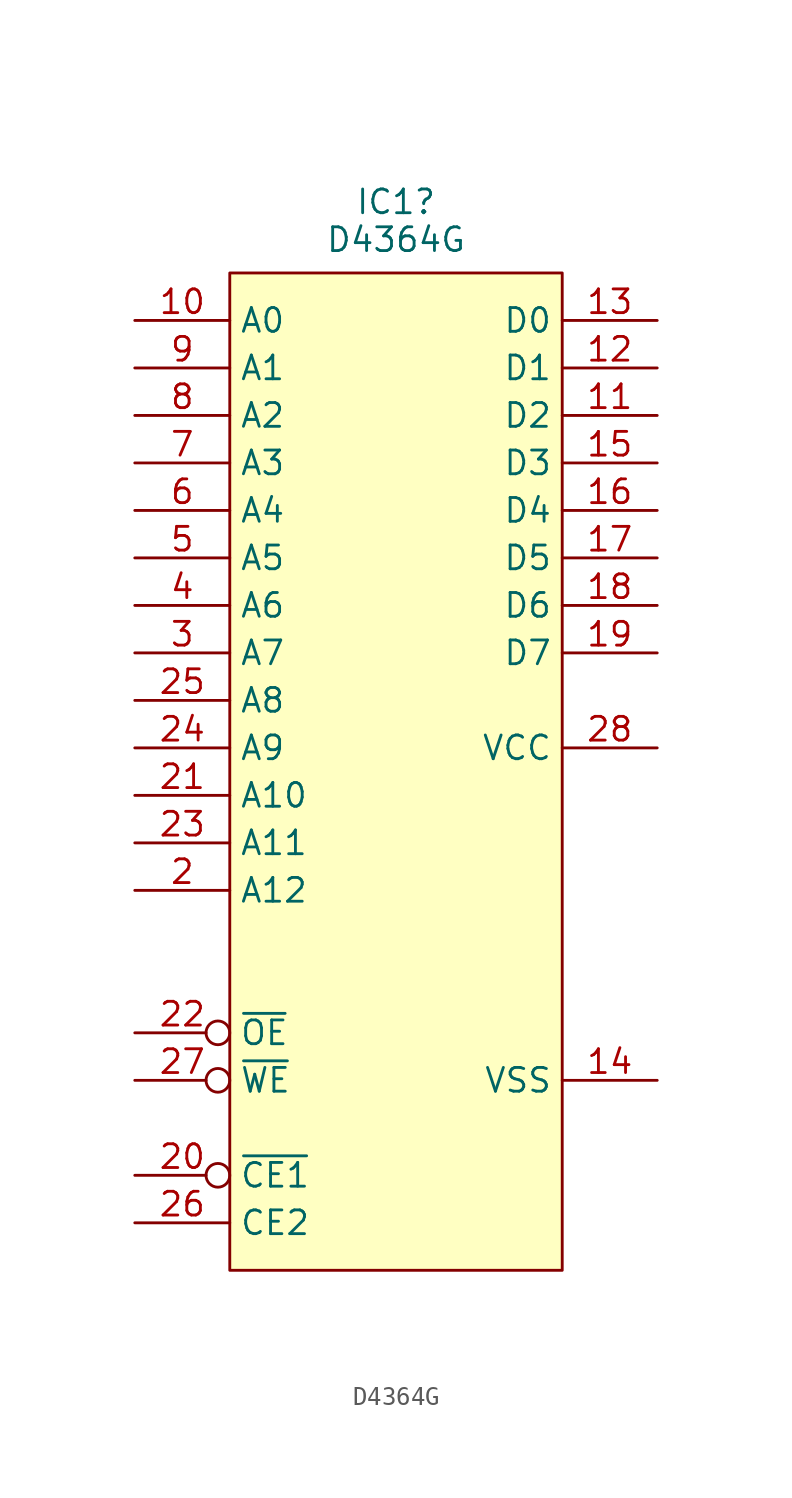
<source format=kicad_sym>
(kicad_symbol_lib
  (version 20231120)
  (generator "kicad_symbol_editor")
  (generator_version "8.0")
  (symbol "D4364G"
    (property "Reference" "IC1"
      (at 0 6.341 0)
      (effects (font (size 1.27 1.27))))
    (property "Value" "D4364G"
      (at 0 4.318 0)
      (effects (font (size 1.27 1.27))))
    (symbol "D4364G_1_1"
      (rectangle (start -8.89 2.54) (end 8.89 -50.8) (stroke (width 0) (type default)) (fill (type background)))
      (pin no_connect line (at 13.97 -48.26 180) (length 5.08) hide (name "N/C" (effects (font (size 1.27 1.27)))) (number "1" (effects (font (size 1.27 1.27)))))
      (pin input line (at -13.97 0 0) (length 5.08) (name "A0" (effects (font (size 1.27 1.27)))) (number "10" (effects (font (size 1.27 1.27)))))
      (pin bidirectional line (at 13.97 -5.08 180) (length 5.08) (name "D2" (effects (font (size 1.27 1.27)))) (number "11" (effects (font (size 1.27 1.27)))))
      (pin bidirectional line (at 13.97 -2.54 180) (length 5.08) (name "D1" (effects (font (size 1.27 1.27)))) (number "12" (effects (font (size 1.27 1.27)))))
      (pin bidirectional line (at 13.97 0 180) (length 5.08) (name "D0" (effects (font (size 1.27 1.27)))) (number "13" (effects (font (size 1.27 1.27)))))
      (pin power_in line (at 13.97 -40.64 180) (length 5.08) (name "VSS" (effects (font (size 1.27 1.27)))) (number "14" (effects (font (size 1.27 1.27)))))
      (pin bidirectional line (at 13.97 -7.62 180) (length 5.08) (name "D3" (effects (font (size 1.27 1.27)))) (number "15" (effects (font (size 1.27 1.27)))))
      (pin bidirectional line (at 13.97 -10.16 180) (length 5.08) (name "D4" (effects (font (size 1.27 1.27)))) (number "16" (effects (font (size 1.27 1.27)))))
      (pin bidirectional line (at 13.97 -12.7 180) (length 5.08) (name "D5" (effects (font (size 1.27 1.27)))) (number "17" (effects (font (size 1.27 1.27)))))
      (pin bidirectional line (at 13.97 -15.24 180) (length 5.08) (name "D6" (effects (font (size 1.27 1.27)))) (number "18" (effects (font (size 1.27 1.27)))))
      (pin bidirectional line (at 13.97 -17.78 180) (length 5.08) (name "D7" (effects (font (size 1.27 1.27)))) (number "19" (effects (font (size 1.27 1.27)))))
      (pin input line (at -13.97 -30.48 0) (length 5.08) (name "A12" (effects (font (size 1.27 1.27)))) (number "2" (effects (font (size 1.27 1.27)))))
      (pin input inverted (at -13.97 -45.72 0) (length 5.08) (name "~{CE1}" (effects (font (size 1.27 1.27)))) (number "20" (effects (font (size 1.27 1.27)))))
      (pin input line (at -13.97 -25.4 0) (length 5.08) (name "A10" (effects (font (size 1.27 1.27)))) (number "21" (effects (font (size 1.27 1.27)))))
      (pin input inverted (at -13.97 -38.1 0) (length 5.08) (name "~{OE}" (effects (font (size 1.27 1.27)))) (number "22" (effects (font (size 1.27 1.27)))))
      (pin input line (at -13.97 -27.94 0) (length 5.08) (name "A11" (effects (font (size 1.27 1.27)))) (number "23" (effects (font (size 1.27 1.27)))))
      (pin input line (at -13.97 -22.86 0) (length 5.08) (name "A9" (effects (font (size 1.27 1.27)))) (number "24" (effects (font (size 1.27 1.27)))))
      (pin input line (at -13.97 -20.32 0) (length 5.08) (name "A8" (effects (font (size 1.27 1.27)))) (number "25" (effects (font (size 1.27 1.27)))))
      (pin input line (at -13.97 -48.26 0) (length 5.08) (name "CE2" (effects (font (size 1.27 1.27)))) (number "26" (effects (font (size 1.27 1.27)))))
      (pin input inverted (at -13.97 -40.64 0) (length 5.08) (name "~{WE}" (effects (font (size 1.27 1.27)))) (number "27" (effects (font (size 1.27 1.27)))))
      (pin power_in line (at 13.97 -22.86 180) (length 5.08) (name "VCC" (effects (font (size 1.27 1.27)))) (number "28" (effects (font (size 1.27 1.27)))))
      (pin input line (at -13.97 -17.78 0) (length 5.08) (name "A7" (effects (font (size 1.27 1.27)))) (number "3" (effects (font (size 1.27 1.27)))))
      (pin input line (at -13.97 -15.24 0) (length 5.08) (name "A6" (effects (font (size 1.27 1.27)))) (number "4" (effects (font (size 1.27 1.27)))))
      (pin input line (at -13.97 -12.7 0) (length 5.08) (name "A5" (effects (font (size 1.27 1.27)))) (number "5" (effects (font (size 1.27 1.27)))))
      (pin input line (at -13.97 -10.16 0) (length 5.08) (name "A4" (effects (font (size 1.27 1.27)))) (number "6" (effects (font (size 1.27 1.27)))))
      (pin input line (at -13.97 -7.62 0) (length 5.08) (name "A3" (effects (font (size 1.27 1.27)))) (number "7" (effects (font (size 1.27 1.27)))))
      (pin input line (at -13.97 -5.08 0) (length 5.08) (name "A2" (effects (font (size 1.27 1.27)))) (number "8" (effects (font (size 1.27 1.27)))))
      (pin input line (at -13.97 -2.54 0) (length 5.08) (name "A1" (effects (font (size 1.27 1.27)))) (number "9" (effects (font (size 1.27 1.27))))))))
</source>
